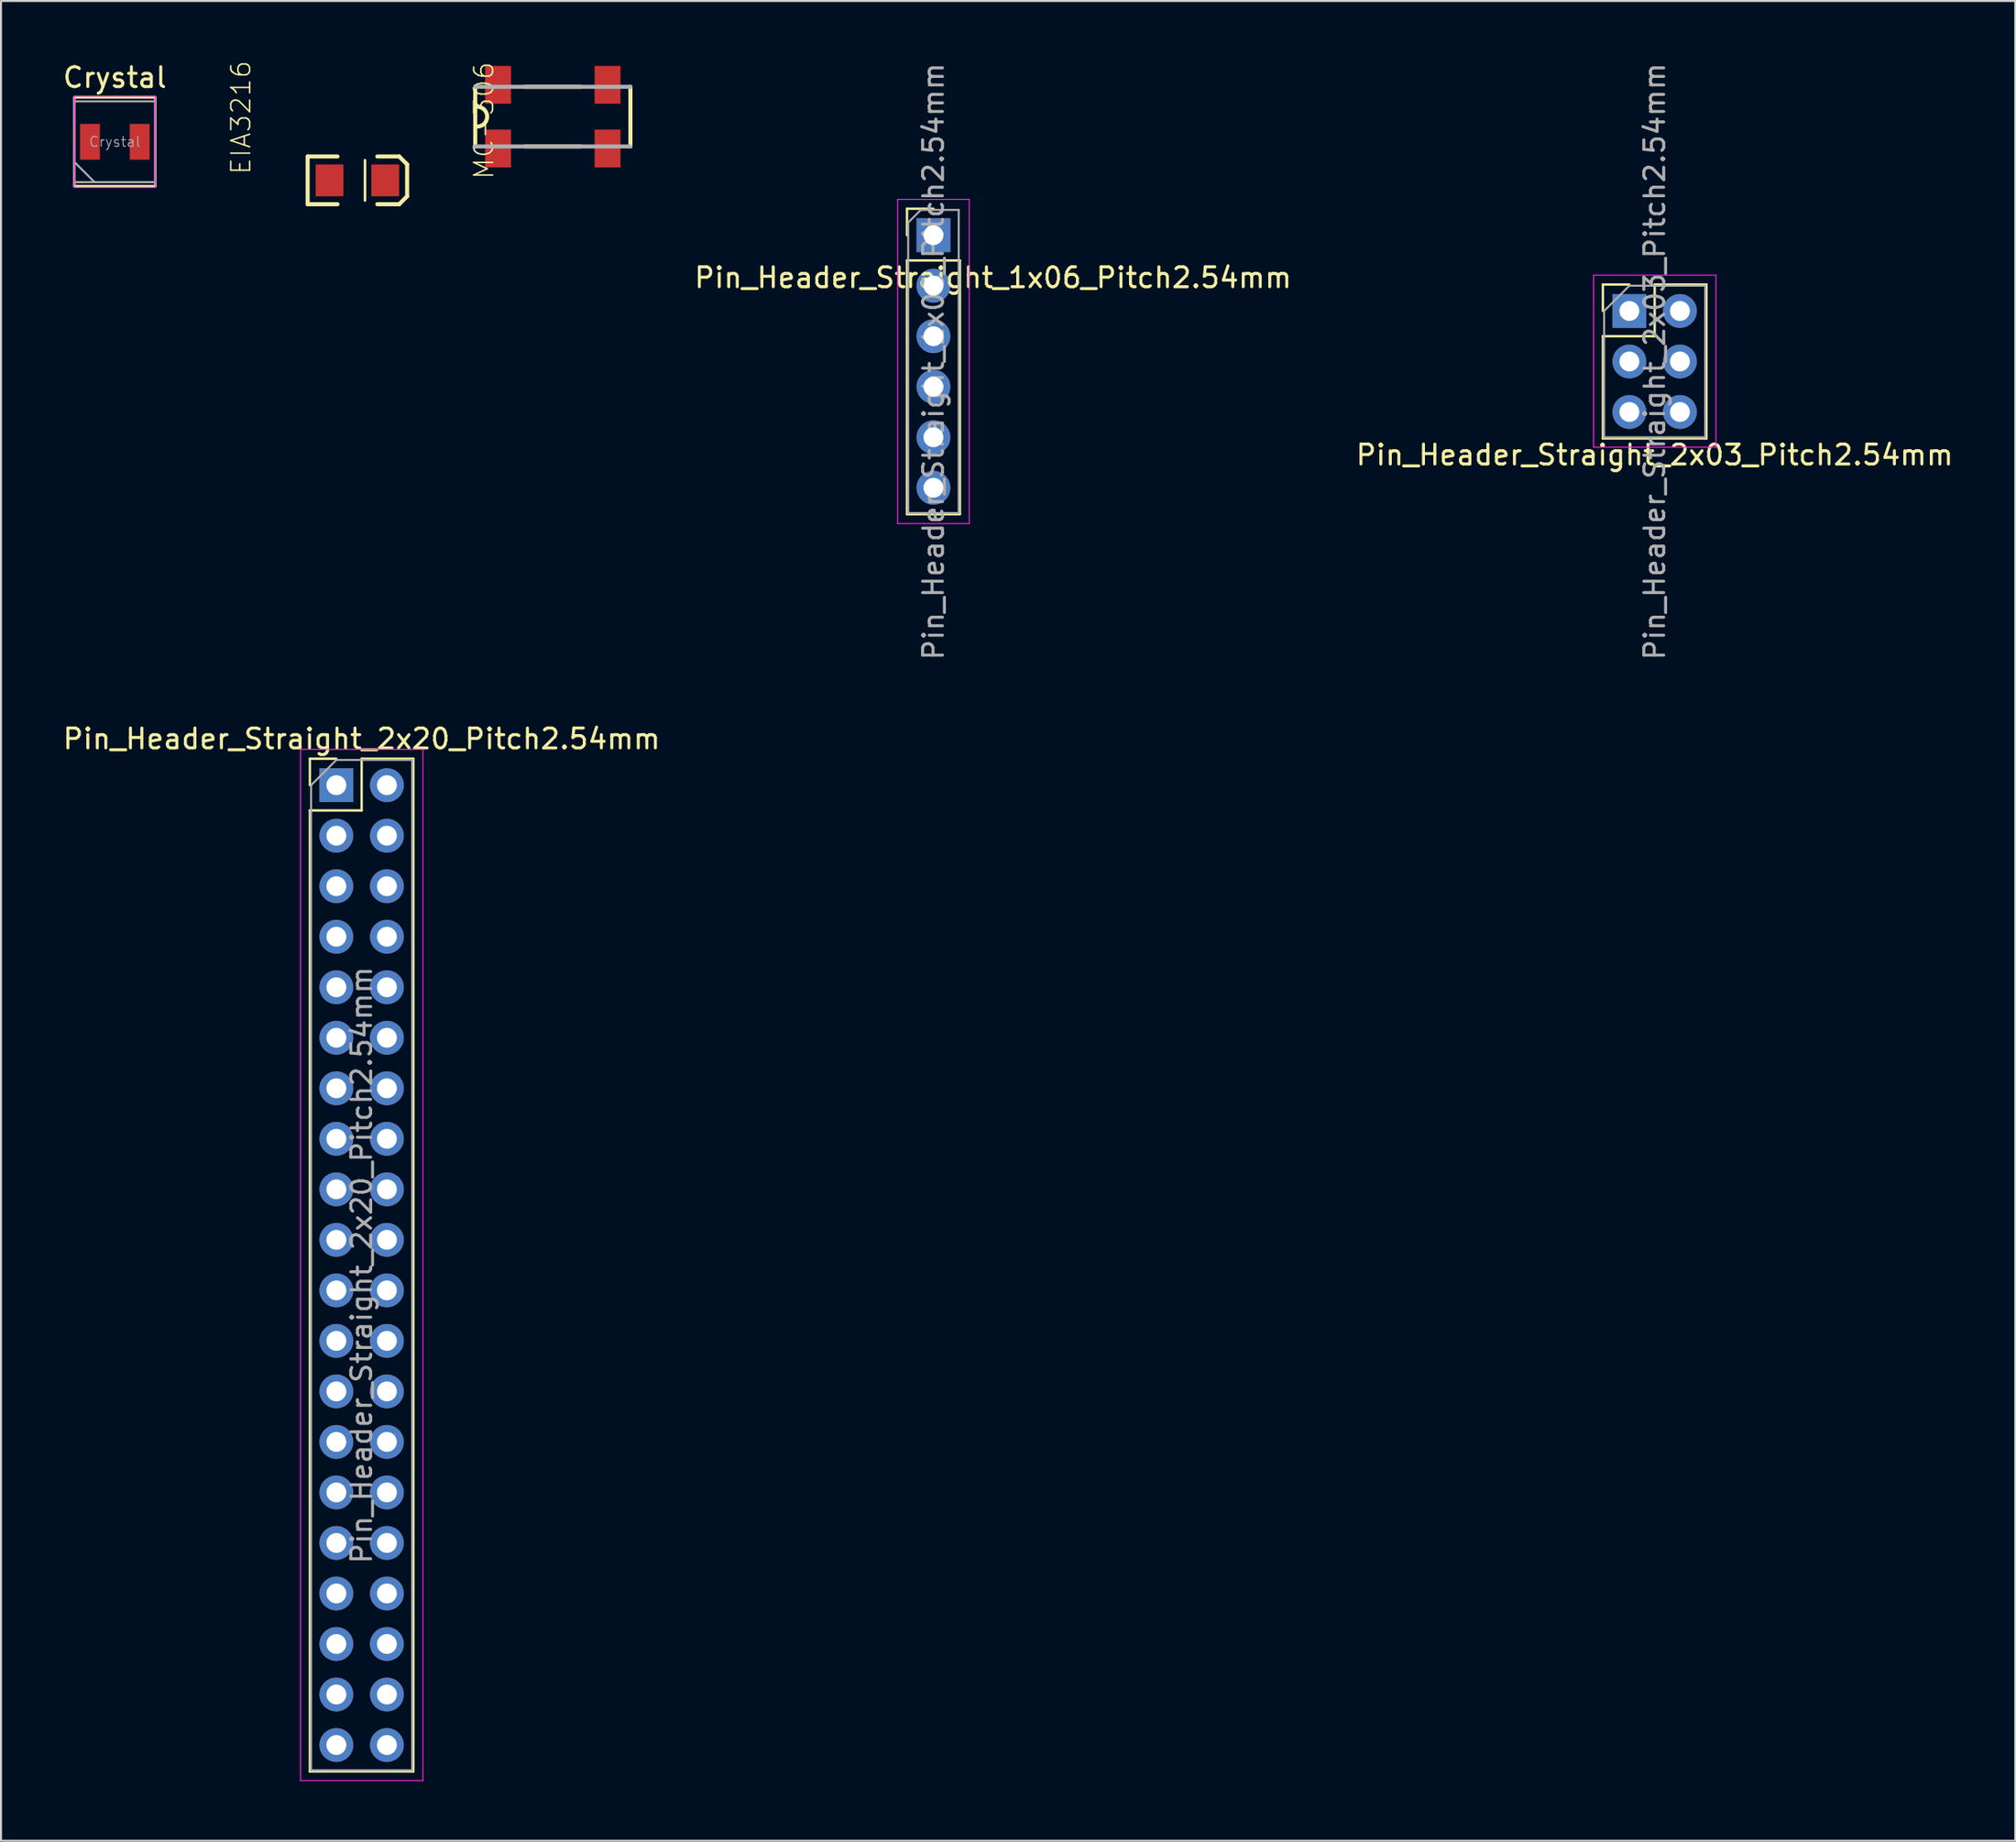
<source format=kicad_pcb>
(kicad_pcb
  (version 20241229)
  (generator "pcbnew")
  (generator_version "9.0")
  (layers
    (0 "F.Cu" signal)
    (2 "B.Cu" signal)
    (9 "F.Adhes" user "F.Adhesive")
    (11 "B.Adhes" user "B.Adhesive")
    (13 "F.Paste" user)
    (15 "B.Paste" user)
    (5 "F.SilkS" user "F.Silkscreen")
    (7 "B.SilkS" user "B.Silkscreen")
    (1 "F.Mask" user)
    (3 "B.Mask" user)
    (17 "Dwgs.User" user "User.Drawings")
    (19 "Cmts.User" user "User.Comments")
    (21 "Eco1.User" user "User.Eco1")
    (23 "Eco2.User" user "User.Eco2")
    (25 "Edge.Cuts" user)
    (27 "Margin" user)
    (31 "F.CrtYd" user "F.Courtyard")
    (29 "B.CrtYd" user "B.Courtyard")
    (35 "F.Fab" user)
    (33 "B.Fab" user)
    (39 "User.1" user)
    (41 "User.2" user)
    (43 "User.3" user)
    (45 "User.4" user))
  (footprint "Pin_Header_Straight_2x03_Pitch2.54mm"
    (layer "F.Cu")
    (at 78.84 12.585)
    (property "Reference" "Pin_Header_Straight_2x03_Pitch2.54mm" (at 1.27 7.239 0) (layer "F.SilkS") (effects (font (size 1 1) (thickness 0.15))))
    (attr through_hole)
    (fp_line (start -1.33 -1.33) (end 0 -1.33) (stroke (width 0.12) (type solid)) (layer "F.SilkS"))
    (fp_line (start -1.33 0) (end -1.33 -1.33) (stroke (width 0.12) (type solid)) (layer "F.SilkS"))
    (fp_line (start -1.33 1.27) (end -1.33 6.41) (stroke (width 0.12) (type solid)) (layer "F.SilkS"))
    (fp_line (start -1.33 1.27) (end 1.27 1.27) (stroke (width 0.12) (type solid)) (layer "F.SilkS"))
    (fp_line (start -1.33 6.41) (end 3.87 6.41) (stroke (width 0.12) (type solid)) (layer "F.SilkS"))
    (fp_line (start 1.27 -1.33) (end 3.87 -1.33) (stroke (width 0.12) (type solid)) (layer "F.SilkS"))
    (fp_line (start 1.27 1.27) (end 1.27 -1.33) (stroke (width 0.12) (type solid)) (layer "F.SilkS"))
    (fp_line (start 3.87 -1.33) (end 3.87 6.41) (stroke (width 0.12) (type solid)) (layer "F.SilkS"))
    (fp_line (start -1.8 -1.8) (end -1.8 6.85) (stroke (width 0.05) (type solid)) (layer "F.CrtYd"))
    (fp_line (start -1.8 6.85) (end 4.35 6.85) (stroke (width 0.05) (type solid)) (layer "F.CrtYd"))
    (fp_line (start 4.35 -1.8) (end -1.8 -1.8) (stroke (width 0.05) (type solid)) (layer "F.CrtYd"))
    (fp_line (start 4.35 6.85) (end 4.35 -1.8) (stroke (width 0.05) (type solid)) (layer "F.CrtYd"))
    (fp_line (start -1.27 0) (end 0 -1.27) (stroke (width 0.1) (type solid)) (layer "F.Fab"))
    (fp_line (start -1.27 6.35) (end -1.27 0) (stroke (width 0.1) (type solid)) (layer "F.Fab"))
    (fp_line (start 0 -1.27) (end 3.81 -1.27) (stroke (width 0.1) (type solid)) (layer "F.Fab"))
    (fp_line (start 3.81 -1.27) (end 3.81 6.35) (stroke (width 0.1) (type solid)) (layer "F.Fab"))
    (fp_line (start 3.81 6.35) (end -1.27 6.35) (stroke (width 0.1) (type solid)) (layer "F.Fab"))
    (fp_text user "${REFERENCE}" (at 1.27 2.54 90) (layer "F.Fab") (effects (font (size 1 1) (thickness 0.15))))
    (pad "1" thru_hole rect (at 0 0) (size 1.7 1.7) (drill 1) (layers "*.Cu" "*.Mask"))
    (pad "2" thru_hole oval (at 2.54 0) (size 1.7 1.7) (drill 1) (layers "*.Cu" "*.Mask"))
    (pad "3" thru_hole oval (at 0 2.54) (size 1.7 1.7) (drill 1) (layers "*.Cu" "*.Mask"))
    (pad "4" thru_hole oval (at 2.54 2.54) (size 1.7 1.7) (drill 1) (layers "*.Cu" "*.Mask"))
    (pad "5" thru_hole oval (at 0 5.08) (size 1.7 1.7) (drill 1) (layers "*.Cu" "*.Mask"))
    (pad "6" thru_hole oval (at 2.54 5.08) (size 1.7 1.7) (drill 1) (layers "*.Cu" "*.Mask")))
  (footprint "MC-306"
    (layer "F.Cu")
    (at 24.734 2.815)
    (property "Reference" "MC-306" (at -4.019 -2.815 90) (layer "F.SilkS") (effects (font (size 0.95 0.95) (thickness 0.076)) (justify right top)))
    (attr through_hole)
    (fp_line (start -3.9 1.5) (end -3.9 -1.5) (stroke (width 0.203) (type solid)) (layer "F.SilkS"))
    (fp_line (start -1.4 -1.5) (end 1.4 -1.5) (stroke (width 0.203) (type solid)) (layer "F.SilkS"))
    (fp_line (start 1.4 1.5) (end -1.4 1.5) (stroke (width 0.203) (type solid)) (layer "F.SilkS"))
    (fp_line (start 3.9 -1.5) (end 3.9 1.5) (stroke (width 0.203) (type solid)) (layer "F.SilkS"))
    (fp_arc (start -3.8 -0.5) (mid -3.3 0) (end -3.8 0.5) (stroke (width 0.2032) (type solid)) (layer "F.SilkS"))
    (fp_line (start -3.9 -1.5) (end 3.9 -1.5) (stroke (width 0.203) (type solid)) (layer "F.Fab"))
    (fp_line (start 3.9 1.5) (end -3.9 1.5) (stroke (width 0.203) (type solid)) (layer "F.Fab"))
    (pad "1" smd rect (at -2.75 1.6) (size 1.3 1.9) (layers "F.Cu" "F.Mask" "F.Paste"))
    (pad "2" smd rect (at 2.75 1.6) (size 1.3 1.9) (layers "F.Cu" "F.Mask" "F.Paste"))
    (pad "3" smd rect (at 2.75 -1.6 180) (size 1.3 1.9) (layers "F.Cu" "F.Mask" "F.Paste"))
    (pad "4" smd rect (at -2.75 -1.6 180) (size 1.3 1.9) (layers "F.Cu" "F.Mask" "F.Paste")))
  (footprint "Crystal"
    (layer "F.Cu")
    (at 2.72 4.078)
    (property "Reference" "Crystal" (at 0 -3.23 0) (layer "F.SilkS") (effects (font (size 1 1) (thickness 0.15))))
    (attr smd)
    (fp_line (start -2.032 -2.23) (end -2.032 2.23) (stroke (width 0.12) (type solid)) (layer "F.SilkS"))
    (fp_line (start -2.032 -2.23) (end 2.032 -2.23) (stroke (width 0.12) (type solid)) (layer "F.SilkS"))
    (fp_line (start -2.032 2.23) (end 2.032 2.23) (stroke (width 0.12) (type solid)) (layer "F.SilkS"))
    (fp_line (start 2.032 -2.23) (end 2.032 2.23) (stroke (width 0.12) (type solid)) (layer "F.SilkS"))
    (fp_line (start -2.032 -2.3) (end -2.032 2.3) (stroke (width 0.05) (type solid)) (layer "F.CrtYd"))
    (fp_line (start -2.032 2.3) (end 2.032 2.3) (stroke (width 0.05) (type solid)) (layer "F.CrtYd"))
    (fp_line (start 2.032 -2.3) (end -2.032 -2.3) (stroke (width 0.05) (type solid)) (layer "F.CrtYd"))
    (fp_line (start 2.032 2.314) (end 2.032 -2.286) (stroke (width 0.05) (type solid)) (layer "F.CrtYd"))
    (fp_line (start -2.032 -2.03) (end -2.032 2.03) (stroke (width 0.1) (type solid)) (layer "F.Fab"))
    (fp_line (start -2.032 2.03) (end 2.032 2.03) (stroke (width 0.1) (type solid)) (layer "F.Fab"))
    (fp_line (start -2.016 1.032) (end -1.016 2.032) (stroke (width 0.1) (type solid)) (layer "F.Fab"))
    (fp_line (start 2.032 -2.03) (end -2.032 -2.03) (stroke (width 0.1) (type solid)) (layer "F.Fab"))
    (fp_line (start 2.032 2.03) (end 2.032 -2.03) (stroke (width 0.1) (type solid)) (layer "F.Fab"))
    (fp_text user "${REFERENCE}" (at 0 0 0) (layer "F.Fab") (effects (font (size 0.5 0.5) (thickness 0.05))))
    (pad "1" smd rect (at -1.25 0) (size 1 1.8) (layers "F.Cu" "F.Mask" "F.Paste"))
    (pad "2" smd rect (at 1.25 0) (size 1 1.8) (layers "F.Cu" "F.Mask" "F.Paste")))
  (footprint "EIA3216"
    (layer "F.Cu")
    (at 14.912 6.018)
    (property "Reference" "EIA3216" (at -5.294 -0.235 270) (layer "F.SilkS") (effects (font (size 0.95 0.95) (thickness 0.076)) (justify left bottom)))
    (attr through_hole)
    (fp_line (start -2.5 -1.2) (end -1 -1.2) (stroke (width 0.203) (type solid)) (layer "F.SilkS"))
    (fp_line (start -2.5 1.2) (end -2.5 -1.2) (stroke (width 0.203) (type solid)) (layer "F.SilkS"))
    (fp_line (start -1 1.2) (end -2.5 1.2) (stroke (width 0.203) (type solid)) (layer "F.SilkS"))
    (fp_line (start 0.381 -1.016) (end 0.381 1.016) (stroke (width 0.127) (type solid)) (layer "F.SilkS"))
    (fp_line (start 1 1.2) (end 2.1 1.2) (stroke (width 0.203) (type solid)) (layer "F.SilkS"))
    (fp_line (start 2.1 -1.2) (end 1 -1.2) (stroke (width 0.203) (type solid)) (layer "F.SilkS"))
    (fp_line (start 2.1 1.2) (end 2.5 0.8) (stroke (width 0.203) (type solid)) (layer "F.SilkS"))
    (fp_line (start 2.5 -0.8) (end 2.1 -1.2) (stroke (width 0.203) (type solid)) (layer "F.SilkS"))
    (fp_line (start 2.5 0.8) (end 2.5 -0.8) (stroke (width 0.203) (type solid)) (layer "F.SilkS"))
    (pad "1" smd rect (at 1.4 0 90) (size 1.6 1.4) (layers "F.Cu" "F.Mask" "F.Paste"))
    (pad "2" smd rect (at -1.4 0 90) (size 1.6 1.4) (layers "F.Cu" "F.Mask" "F.Paste")))
  (footprint "Pin_Header_Straight_2x20_Pitch2.54mm"
    (layer "F.Cu")
    (at 13.855 36.428)
    (property "Reference" "Pin_Header_Straight_2x20_Pitch2.54mm" (at 1.27 -2.33 0) (layer "F.SilkS") (effects (font (size 1 1) (thickness 0.15))))
    (attr through_hole)
    (fp_line (start -1.33 -1.33) (end 0 -1.33) (stroke (width 0.12) (type solid)) (layer "F.SilkS"))
    (fp_line (start -1.33 0) (end -1.33 -1.33) (stroke (width 0.12) (type solid)) (layer "F.SilkS"))
    (fp_line (start -1.33 1.27) (end -1.33 49.59) (stroke (width 0.12) (type solid)) (layer "F.SilkS"))
    (fp_line (start -1.33 1.27) (end 1.27 1.27) (stroke (width 0.12) (type solid)) (layer "F.SilkS"))
    (fp_line (start -1.33 49.59) (end 3.87 49.59) (stroke (width 0.12) (type solid)) (layer "F.SilkS"))
    (fp_line (start 1.27 -1.33) (end 3.87 -1.33) (stroke (width 0.12) (type solid)) (layer "F.SilkS"))
    (fp_line (start 1.27 1.27) (end 1.27 -1.33) (stroke (width 0.12) (type solid)) (layer "F.SilkS"))
    (fp_line (start 3.87 -1.33) (end 3.87 49.59) (stroke (width 0.12) (type solid)) (layer "F.SilkS"))
    (fp_line (start -1.8 -1.8) (end -1.8 50.05) (stroke (width 0.05) (type solid)) (layer "F.CrtYd"))
    (fp_line (start -1.8 50.05) (end 4.35 50.05) (stroke (width 0.05) (type solid)) (layer "F.CrtYd"))
    (fp_line (start 4.35 -1.8) (end -1.8 -1.8) (stroke (width 0.05) (type solid)) (layer "F.CrtYd"))
    (fp_line (start 4.35 50.05) (end 4.35 -1.8) (stroke (width 0.05) (type solid)) (layer "F.CrtYd"))
    (fp_line (start -1.27 0) (end 0 -1.27) (stroke (width 0.1) (type solid)) (layer "F.Fab"))
    (fp_line (start -1.27 49.53) (end -1.27 0) (stroke (width 0.1) (type solid)) (layer "F.Fab"))
    (fp_line (start 0 -1.27) (end 3.81 -1.27) (stroke (width 0.1) (type solid)) (layer "F.Fab"))
    (fp_line (start 3.81 -1.27) (end 3.81 49.53) (stroke (width 0.1) (type solid)) (layer "F.Fab"))
    (fp_line (start 3.81 49.53) (end -1.27 49.53) (stroke (width 0.1) (type solid)) (layer "F.Fab"))
    (fp_text user "${REFERENCE}" (at 1.27 24.13 90) (layer "F.Fab") (effects (font (size 1 1) (thickness 0.15))))
    (pad "1" thru_hole rect (at 0 0) (size 1.7 1.7) (drill 1) (layers "*.Cu" "*.Mask"))
    (pad "2" thru_hole oval (at 2.54 0) (size 1.7 1.7) (drill 1) (layers "*.Cu" "*.Mask"))
    (pad "3" thru_hole oval (at 0 2.54) (size 1.7 1.7) (drill 1) (layers "*.Cu" "*.Mask"))
    (pad "4" thru_hole oval (at 2.54 2.54) (size 1.7 1.7) (drill 1) (layers "*.Cu" "*.Mask"))
    (pad "5" thru_hole oval (at 0 5.08) (size 1.7 1.7) (drill 1) (layers "*.Cu" "*.Mask"))
    (pad "6" thru_hole oval (at 2.54 5.08) (size 1.7 1.7) (drill 1) (layers "*.Cu" "*.Mask"))
    (pad "7" thru_hole oval (at 0 7.62) (size 1.7 1.7) (drill 1) (layers "*.Cu" "*.Mask"))
    (pad "8" thru_hole oval (at 2.54 7.62) (size 1.7 1.7) (drill 1) (layers "*.Cu" "*.Mask"))
    (pad "9" thru_hole oval (at 0 10.16) (size 1.7 1.7) (drill 1) (layers "*.Cu" "*.Mask"))
    (pad "10" thru_hole oval (at 2.54 10.16) (size 1.7 1.7) (drill 1) (layers "*.Cu" "*.Mask"))
    (pad "11" thru_hole oval (at 0 12.7) (size 1.7 1.7) (drill 1) (layers "*.Cu" "*.Mask"))
    (pad "12" thru_hole oval (at 2.54 12.7) (size 1.7 1.7) (drill 1) (layers "*.Cu" "*.Mask"))
    (pad "13" thru_hole oval (at 0 15.24) (size 1.7 1.7) (drill 1) (layers "*.Cu" "*.Mask"))
    (pad "14" thru_hole oval (at 2.54 15.24) (size 1.7 1.7) (drill 1) (layers "*.Cu" "*.Mask"))
    (pad "15" thru_hole oval (at 0 17.78) (size 1.7 1.7) (drill 1) (layers "*.Cu" "*.Mask"))
    (pad "16" thru_hole oval (at 2.54 17.78) (size 1.7 1.7) (drill 1) (layers "*.Cu" "*.Mask"))
    (pad "17" thru_hole oval (at 0 20.32) (size 1.7 1.7) (drill 1) (layers "*.Cu" "*.Mask"))
    (pad "18" thru_hole oval (at 2.54 20.32) (size 1.7 1.7) (drill 1) (layers "*.Cu" "*.Mask"))
    (pad "19" thru_hole oval (at 0 22.86) (size 1.7 1.7) (drill 1) (layers "*.Cu" "*.Mask"))
    (pad "20" thru_hole oval (at 2.54 22.86) (size 1.7 1.7) (drill 1) (layers "*.Cu" "*.Mask"))
    (pad "21" thru_hole oval (at 0 25.4) (size 1.7 1.7) (drill 1) (layers "*.Cu" "*.Mask"))
    (pad "22" thru_hole oval (at 2.54 25.4) (size 1.7 1.7) (drill 1) (layers "*.Cu" "*.Mask"))
    (pad "23" thru_hole oval (at 0 27.94) (size 1.7 1.7) (drill 1) (layers "*.Cu" "*.Mask"))
    (pad "24" thru_hole oval (at 2.54 27.94) (size 1.7 1.7) (drill 1) (layers "*.Cu" "*.Mask"))
    (pad "25" thru_hole oval (at 0 30.48) (size 1.7 1.7) (drill 1) (layers "*.Cu" "*.Mask"))
    (pad "26" thru_hole oval (at 2.54 30.48) (size 1.7 1.7) (drill 1) (layers "*.Cu" "*.Mask"))
    (pad "27" thru_hole oval (at 0 33.02) (size 1.7 1.7) (drill 1) (layers "*.Cu" "*.Mask"))
    (pad "28" thru_hole oval (at 2.54 33.02) (size 1.7 1.7) (drill 1) (layers "*.Cu" "*.Mask"))
    (pad "29" thru_hole oval (at 0 35.56) (size 1.7 1.7) (drill 1) (layers "*.Cu" "*.Mask"))
    (pad "30" thru_hole oval (at 2.54 35.56) (size 1.7 1.7) (drill 1) (layers "*.Cu" "*.Mask"))
    (pad "31" thru_hole oval (at 0 38.1) (size 1.7 1.7) (drill 1) (layers "*.Cu" "*.Mask"))
    (pad "32" thru_hole oval (at 2.54 38.1) (size 1.7 1.7) (drill 1) (layers "*.Cu" "*.Mask"))
    (pad "33" thru_hole oval (at 0 40.64) (size 1.7 1.7) (drill 1) (layers "*.Cu" "*.Mask"))
    (pad "34" thru_hole oval (at 2.54 40.64) (size 1.7 1.7) (drill 1) (layers "*.Cu" "*.Mask"))
    (pad "35" thru_hole oval (at 0 43.18) (size 1.7 1.7) (drill 1) (layers "*.Cu" "*.Mask"))
    (pad "36" thru_hole oval (at 2.54 43.18) (size 1.7 1.7) (drill 1) (layers "*.Cu" "*.Mask"))
    (pad "37" thru_hole oval (at 0 45.72) (size 1.7 1.7) (drill 1) (layers "*.Cu" "*.Mask"))
    (pad "38" thru_hole oval (at 2.54 45.72) (size 1.7 1.7) (drill 1) (layers "*.Cu" "*.Mask"))
    (pad "39" thru_hole oval (at 0 48.26) (size 1.7 1.7) (drill 1) (layers "*.Cu" "*.Mask"))
    (pad "40" thru_hole oval (at 2.54 48.26) (size 1.7 1.7) (drill 1) (layers "*.Cu" "*.Mask")))
  (footprint "Pin_Header_Straight_1x06_Pitch2.54mm"
    (layer "F.Cu")
    (at 43.863 8.775)
    (property "Reference" "Pin_Header_Straight_1x06_Pitch2.54mm" (at 2.997 2.134 0) (layer "F.SilkS") (effects (font (size 1 1) (thickness 0.15))))
    (attr through_hole)
    (fp_line (start -1.33 -1.33) (end 0 -1.33) (stroke (width 0.12) (type solid)) (layer "F.SilkS"))
    (fp_line (start -1.33 0) (end -1.33 -1.33) (stroke (width 0.12) (type solid)) (layer "F.SilkS"))
    (fp_line (start -1.33 1.27) (end -1.33 14.03) (stroke (width 0.12) (type solid)) (layer "F.SilkS"))
    (fp_line (start -1.33 1.27) (end 1.33 1.27) (stroke (width 0.12) (type solid)) (layer "F.SilkS"))
    (fp_line (start -1.33 14.03) (end 1.33 14.03) (stroke (width 0.12) (type solid)) (layer "F.SilkS"))
    (fp_line (start 1.33 1.27) (end 1.33 14.03) (stroke (width 0.12) (type solid)) (layer "F.SilkS"))
    (fp_line (start -1.8 -1.8) (end -1.8 14.5) (stroke (width 0.05) (type solid)) (layer "F.CrtYd"))
    (fp_line (start -1.8 14.5) (end 1.8 14.5) (stroke (width 0.05) (type solid)) (layer "F.CrtYd"))
    (fp_line (start 1.8 -1.8) (end -1.8 -1.8) (stroke (width 0.05) (type solid)) (layer "F.CrtYd"))
    (fp_line (start 1.8 14.5) (end 1.8 -1.8) (stroke (width 0.05) (type solid)) (layer "F.CrtYd"))
    (fp_line (start -1.27 -0.635) (end -0.635 -1.27) (stroke (width 0.1) (type solid)) (layer "F.Fab"))
    (fp_line (start -1.27 13.97) (end -1.27 -0.635) (stroke (width 0.1) (type solid)) (layer "F.Fab"))
    (fp_line (start -0.635 -1.27) (end 1.27 -1.27) (stroke (width 0.1) (type solid)) (layer "F.Fab"))
    (fp_line (start 1.27 -1.27) (end 1.27 13.97) (stroke (width 0.1) (type solid)) (layer "F.Fab"))
    (fp_line (start 1.27 13.97) (end -1.27 13.97) (stroke (width 0.1) (type solid)) (layer "F.Fab"))
    (fp_text user "${REFERENCE}" (at 0 6.35 90) (layer "F.Fab") (effects (font (size 1 1) (thickness 0.15))))
    (pad "1" thru_hole rect (at 0 0) (size 1.7 1.7) (drill 1) (layers "*.Cu" "*.Mask"))
    (pad "2" thru_hole oval (at 0 2.54) (size 1.7 1.7) (drill 1) (layers "*.Cu" "*.Mask"))
    (pad "3" thru_hole oval (at 0 5.08) (size 1.7 1.7) (drill 1) (layers "*.Cu" "*.Mask"))
    (pad "4" thru_hole oval (at 0 7.62) (size 1.7 1.7) (drill 1) (layers "*.Cu" "*.Mask"))
    (pad "5" thru_hole oval (at 0 10.16) (size 1.7 1.7) (drill 1) (layers "*.Cu" "*.Mask"))
    (pad "6" thru_hole oval (at 0 12.7) (size 1.7 1.7) (drill 1) (layers "*.Cu" "*.Mask")))
  (gr_rect
    (start -3 -3)
    (end 98.235 89.503)
    (stroke (width 0.1) (type default))
    (fill no)
    (layer "Edge.Cuts")))
</source>
